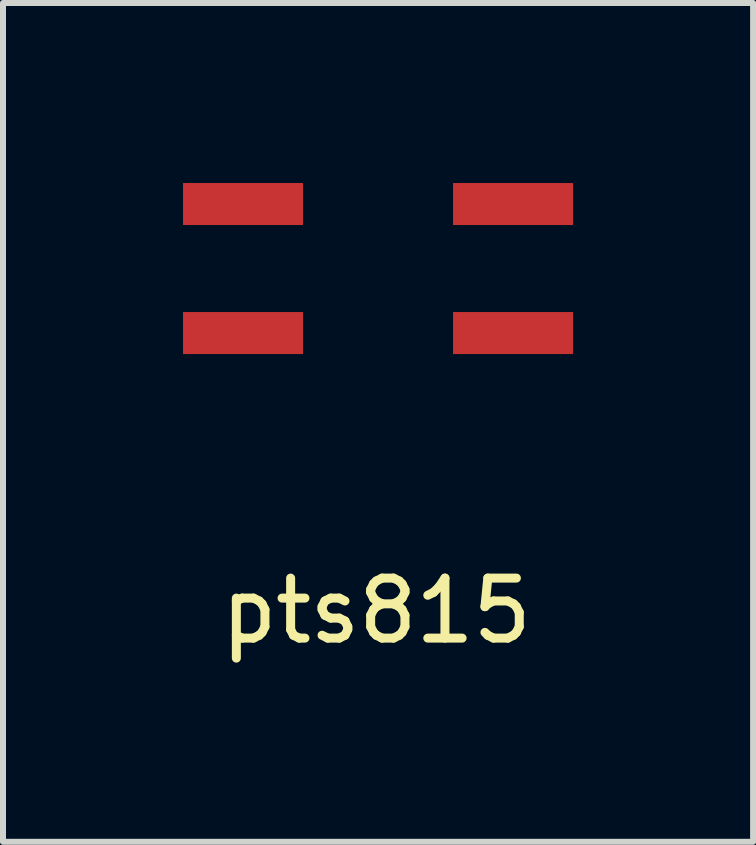
<source format=kicad_pcb>
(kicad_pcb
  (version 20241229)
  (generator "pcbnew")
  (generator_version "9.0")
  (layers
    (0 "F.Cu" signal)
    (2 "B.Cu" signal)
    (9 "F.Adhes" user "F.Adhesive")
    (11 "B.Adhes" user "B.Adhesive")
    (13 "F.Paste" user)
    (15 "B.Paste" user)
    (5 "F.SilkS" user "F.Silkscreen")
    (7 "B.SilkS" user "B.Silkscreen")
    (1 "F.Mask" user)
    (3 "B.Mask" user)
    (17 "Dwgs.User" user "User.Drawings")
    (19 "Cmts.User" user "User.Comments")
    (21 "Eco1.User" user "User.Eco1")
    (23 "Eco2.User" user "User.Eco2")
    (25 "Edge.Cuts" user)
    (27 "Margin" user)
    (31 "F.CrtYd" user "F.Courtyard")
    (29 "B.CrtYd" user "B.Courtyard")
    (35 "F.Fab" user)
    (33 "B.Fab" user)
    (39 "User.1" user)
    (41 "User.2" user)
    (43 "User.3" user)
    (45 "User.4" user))
  (footprint "pts815"
    (layer "F.Cu")
    (at 3.25 1.425)
    (property "Reference" "pts815" (at -0.028 5.704 0) (layer "F.SilkS") (effects (font (size 1 1) (thickness 0.15))))
    (attr through_hole)
    (pad "1" smd rect (at -2.25 -1.075) (size 2 0.7) (layers "F.Cu" "F.Mask" "F.Paste"))
    (pad "1" smd rect (at 2.25 -1.075) (size 2 0.7) (layers "F.Cu" "F.Mask" "F.Paste"))
    (pad "2" smd rect (at -2.25 1.075) (size 2 0.7) (layers "F.Cu" "F.Mask" "F.Paste"))
    (pad "2" smd rect (at 2.25 1.075) (size 2 0.7) (layers "F.Cu" "F.Mask" "F.Paste")))
  (gr_rect
    (start -3 -3)
    (end 9.5 10.978)
    (stroke (width 0.1) (type default))
    (fill no)
    (layer "Edge.Cuts")))
</source>
